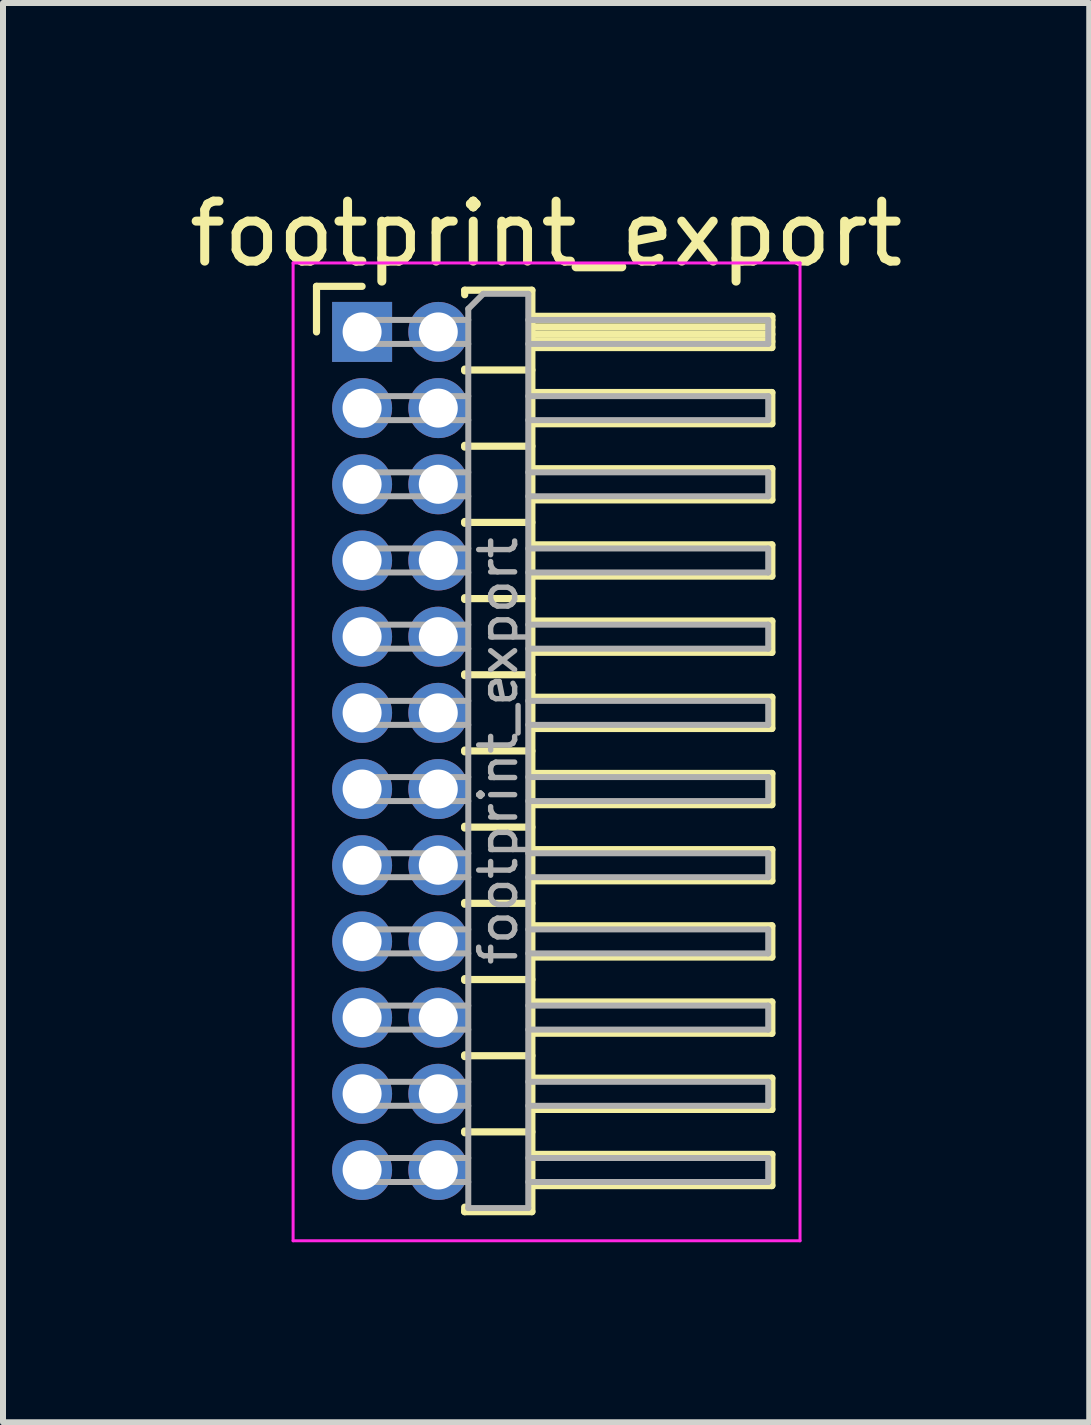
<source format=kicad_pcb>
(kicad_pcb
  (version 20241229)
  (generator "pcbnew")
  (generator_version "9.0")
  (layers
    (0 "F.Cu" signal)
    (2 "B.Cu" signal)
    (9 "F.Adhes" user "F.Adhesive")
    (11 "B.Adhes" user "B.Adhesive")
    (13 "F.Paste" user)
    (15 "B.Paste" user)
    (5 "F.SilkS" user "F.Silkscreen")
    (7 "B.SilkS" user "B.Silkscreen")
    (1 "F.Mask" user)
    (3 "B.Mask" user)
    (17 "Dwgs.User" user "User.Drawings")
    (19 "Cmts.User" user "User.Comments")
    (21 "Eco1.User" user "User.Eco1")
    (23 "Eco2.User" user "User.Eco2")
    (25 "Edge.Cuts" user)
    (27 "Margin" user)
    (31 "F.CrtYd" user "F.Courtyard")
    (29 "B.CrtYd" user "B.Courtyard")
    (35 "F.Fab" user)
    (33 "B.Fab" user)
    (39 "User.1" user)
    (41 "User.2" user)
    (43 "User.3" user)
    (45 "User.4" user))
  (footprint "footprint_export"
    (layer "F.Cu")
    (at 2.986 2.483)
    (property "Reference" "footprint_export" (at 3.067 -1.635 0) (layer "F.SilkS") (effects (font (size 1 1) (thickness 0.15))))
    (attr through_hole)
    (fp_line (start -0.76 -0.76) (end 0 -0.76) (stroke (width 0.12) (type solid)) (layer "F.SilkS"))
    (fp_line (start -0.76 0) (end -0.76 -0.76) (stroke (width 0.12) (type solid)) (layer "F.SilkS"))
    (fp_line (start 1.71 -0.695) (end 2.83 -0.695) (stroke (width 0.12) (type solid)) (layer "F.SilkS"))
    (fp_line (start 1.71 -0.62) (end 1.71 -0.695) (stroke (width 0.12) (type solid)) (layer "F.SilkS"))
    (fp_line (start 1.71 0.62) (end 1.71 0.65) (stroke (width 0.12) (type solid)) (layer "F.SilkS"))
    (fp_line (start 1.71 0.635) (end 2.83 0.635) (stroke (width 0.12) (type solid)) (layer "F.SilkS"))
    (fp_line (start 1.71 1.89) (end 1.71 1.92) (stroke (width 0.12) (type solid)) (layer "F.SilkS"))
    (fp_line (start 1.71 1.905) (end 2.83 1.905) (stroke (width 0.12) (type solid)) (layer "F.SilkS"))
    (fp_line (start 1.71 3.16) (end 1.71 3.19) (stroke (width 0.12) (type solid)) (layer "F.SilkS"))
    (fp_line (start 1.71 3.175) (end 2.83 3.175) (stroke (width 0.12) (type solid)) (layer "F.SilkS"))
    (fp_line (start 1.71 4.43) (end 1.71 4.46) (stroke (width 0.12) (type solid)) (layer "F.SilkS"))
    (fp_line (start 1.71 4.445) (end 2.83 4.445) (stroke (width 0.12) (type solid)) (layer "F.SilkS"))
    (fp_line (start 1.71 5.7) (end 1.71 5.73) (stroke (width 0.12) (type solid)) (layer "F.SilkS"))
    (fp_line (start 1.71 5.715) (end 2.83 5.715) (stroke (width 0.12) (type solid)) (layer "F.SilkS"))
    (fp_line (start 1.71 6.97) (end 1.71 7) (stroke (width 0.12) (type solid)) (layer "F.SilkS"))
    (fp_line (start 1.71 6.985) (end 2.83 6.985) (stroke (width 0.12) (type solid)) (layer "F.SilkS"))
    (fp_line (start 1.71 8.24) (end 1.71 8.27) (stroke (width 0.12) (type solid)) (layer "F.SilkS"))
    (fp_line (start 1.71 8.255) (end 2.83 8.255) (stroke (width 0.12) (type solid)) (layer "F.SilkS"))
    (fp_line (start 1.71 9.51) (end 1.71 9.54) (stroke (width 0.12) (type solid)) (layer "F.SilkS"))
    (fp_line (start 1.71 9.525) (end 2.83 9.525) (stroke (width 0.12) (type solid)) (layer "F.SilkS"))
    (fp_line (start 1.71 10.78) (end 1.71 10.81) (stroke (width 0.12) (type solid)) (layer "F.SilkS"))
    (fp_line (start 1.71 10.795) (end 2.83 10.795) (stroke (width 0.12) (type solid)) (layer "F.SilkS"))
    (fp_line (start 1.71 12.05) (end 1.71 12.08) (stroke (width 0.12) (type solid)) (layer "F.SilkS"))
    (fp_line (start 1.71 12.065) (end 2.83 12.065) (stroke (width 0.12) (type solid)) (layer "F.SilkS"))
    (fp_line (start 1.71 13.32) (end 1.71 13.35) (stroke (width 0.12) (type solid)) (layer "F.SilkS"))
    (fp_line (start 1.71 13.335) (end 2.83 13.335) (stroke (width 0.12) (type solid)) (layer "F.SilkS"))
    (fp_line (start 1.71 14.665) (end 1.71 14.59) (stroke (width 0.12) (type solid)) (layer "F.SilkS"))
    (fp_line (start 2.83 -0.695) (end 2.83 14.665) (stroke (width 0.12) (type solid)) (layer "F.SilkS"))
    (fp_line (start 2.83 -0.26) (end 6.83 -0.26) (stroke (width 0.12) (type solid)) (layer "F.SilkS"))
    (fp_line (start 2.83 -0.2) (end 6.83 -0.2) (stroke (width 0.12) (type solid)) (layer "F.SilkS"))
    (fp_line (start 2.83 -0.08) (end 6.83 -0.08) (stroke (width 0.12) (type solid)) (layer "F.SilkS"))
    (fp_line (start 2.83 0.04) (end 6.83 0.04) (stroke (width 0.12) (type solid)) (layer "F.SilkS"))
    (fp_line (start 2.83 0.16) (end 6.83 0.16) (stroke (width 0.12) (type solid)) (layer "F.SilkS"))
    (fp_line (start 2.83 1.01) (end 6.83 1.01) (stroke (width 0.12) (type solid)) (layer "F.SilkS"))
    (fp_line (start 2.83 2.28) (end 6.83 2.28) (stroke (width 0.12) (type solid)) (layer "F.SilkS"))
    (fp_line (start 2.83 3.55) (end 6.83 3.55) (stroke (width 0.12) (type solid)) (layer "F.SilkS"))
    (fp_line (start 2.83 4.82) (end 6.83 4.82) (stroke (width 0.12) (type solid)) (layer "F.SilkS"))
    (fp_line (start 2.83 6.09) (end 6.83 6.09) (stroke (width 0.12) (type solid)) (layer "F.SilkS"))
    (fp_line (start 2.83 7.36) (end 6.83 7.36) (stroke (width 0.12) (type solid)) (layer "F.SilkS"))
    (fp_line (start 2.83 8.63) (end 6.83 8.63) (stroke (width 0.12) (type solid)) (layer "F.SilkS"))
    (fp_line (start 2.83 9.9) (end 6.83 9.9) (stroke (width 0.12) (type solid)) (layer "F.SilkS"))
    (fp_line (start 2.83 11.17) (end 6.83 11.17) (stroke (width 0.12) (type solid)) (layer "F.SilkS"))
    (fp_line (start 2.83 12.44) (end 6.83 12.44) (stroke (width 0.12) (type solid)) (layer "F.SilkS"))
    (fp_line (start 2.83 13.71) (end 6.83 13.71) (stroke (width 0.12) (type solid)) (layer "F.SilkS"))
    (fp_line (start 2.83 14.665) (end 1.71 14.665) (stroke (width 0.12) (type solid)) (layer "F.SilkS"))
    (fp_line (start 6.83 -0.26) (end 6.83 0.26) (stroke (width 0.12) (type solid)) (layer "F.SilkS"))
    (fp_line (start 6.83 0.26) (end 2.83 0.26) (stroke (width 0.12) (type solid)) (layer "F.SilkS"))
    (fp_line (start 6.83 1.01) (end 6.83 1.53) (stroke (width 0.12) (type solid)) (layer "F.SilkS"))
    (fp_line (start 6.83 1.53) (end 2.83 1.53) (stroke (width 0.12) (type solid)) (layer "F.SilkS"))
    (fp_line (start 6.83 2.28) (end 6.83 2.8) (stroke (width 0.12) (type solid)) (layer "F.SilkS"))
    (fp_line (start 6.83 2.8) (end 2.83 2.8) (stroke (width 0.12) (type solid)) (layer "F.SilkS"))
    (fp_line (start 6.83 3.55) (end 6.83 4.07) (stroke (width 0.12) (type solid)) (layer "F.SilkS"))
    (fp_line (start 6.83 4.07) (end 2.83 4.07) (stroke (width 0.12) (type solid)) (layer "F.SilkS"))
    (fp_line (start 6.83 4.82) (end 6.83 5.34) (stroke (width 0.12) (type solid)) (layer "F.SilkS"))
    (fp_line (start 6.83 5.34) (end 2.83 5.34) (stroke (width 0.12) (type solid)) (layer "F.SilkS"))
    (fp_line (start 6.83 6.09) (end 6.83 6.61) (stroke (width 0.12) (type solid)) (layer "F.SilkS"))
    (fp_line (start 6.83 6.61) (end 2.83 6.61) (stroke (width 0.12) (type solid)) (layer "F.SilkS"))
    (fp_line (start 6.83 7.36) (end 6.83 7.88) (stroke (width 0.12) (type solid)) (layer "F.SilkS"))
    (fp_line (start 6.83 7.88) (end 2.83 7.88) (stroke (width 0.12) (type solid)) (layer "F.SilkS"))
    (fp_line (start 6.83 8.63) (end 6.83 9.15) (stroke (width 0.12) (type solid)) (layer "F.SilkS"))
    (fp_line (start 6.83 9.15) (end 2.83 9.15) (stroke (width 0.12) (type solid)) (layer "F.SilkS"))
    (fp_line (start 6.83 9.9) (end 6.83 10.42) (stroke (width 0.12) (type solid)) (layer "F.SilkS"))
    (fp_line (start 6.83 10.42) (end 2.83 10.42) (stroke (width 0.12) (type solid)) (layer "F.SilkS"))
    (fp_line (start 6.83 11.17) (end 6.83 11.69) (stroke (width 0.12) (type solid)) (layer "F.SilkS"))
    (fp_line (start 6.83 11.69) (end 2.83 11.69) (stroke (width 0.12) (type solid)) (layer "F.SilkS"))
    (fp_line (start 6.83 12.44) (end 6.83 12.96) (stroke (width 0.12) (type solid)) (layer "F.SilkS"))
    (fp_line (start 6.83 12.96) (end 2.83 12.96) (stroke (width 0.12) (type solid)) (layer "F.SilkS"))
    (fp_line (start 6.83 13.71) (end 6.83 14.23) (stroke (width 0.12) (type solid)) (layer "F.SilkS"))
    (fp_line (start 6.83 14.23) (end 2.83 14.23) (stroke (width 0.12) (type solid)) (layer "F.SilkS"))
    (fp_line (start -1.15 -1.15) (end -1.15 15.15) (stroke (width 0.05) (type solid)) (layer "F.CrtYd"))
    (fp_line (start -1.15 15.15) (end 7.3 15.15) (stroke (width 0.05) (type solid)) (layer "F.CrtYd"))
    (fp_line (start 7.3 -1.15) (end -1.15 -1.15) (stroke (width 0.05) (type solid)) (layer "F.CrtYd"))
    (fp_line (start 7.3 15.15) (end 7.3 -1.15) (stroke (width 0.05) (type solid)) (layer "F.CrtYd"))
    (fp_line (start -0.2 -0.2) (end -0.2 0.2) (stroke (width 0.1) (type solid)) (layer "F.Fab"))
    (fp_line (start -0.2 -0.2) (end 1.77 -0.2) (stroke (width 0.1) (type solid)) (layer "F.Fab"))
    (fp_line (start -0.2 0.2) (end 1.77 0.2) (stroke (width 0.1) (type solid)) (layer "F.Fab"))
    (fp_line (start -0.2 1.07) (end -0.2 1.47) (stroke (width 0.1) (type solid)) (layer "F.Fab"))
    (fp_line (start -0.2 1.07) (end 1.77 1.07) (stroke (width 0.1) (type solid)) (layer "F.Fab"))
    (fp_line (start -0.2 1.47) (end 1.77 1.47) (stroke (width 0.1) (type solid)) (layer "F.Fab"))
    (fp_line (start -0.2 2.34) (end -0.2 2.74) (stroke (width 0.1) (type solid)) (layer "F.Fab"))
    (fp_line (start -0.2 2.34) (end 1.77 2.34) (stroke (width 0.1) (type solid)) (layer "F.Fab"))
    (fp_line (start -0.2 2.74) (end 1.77 2.74) (stroke (width 0.1) (type solid)) (layer "F.Fab"))
    (fp_line (start -0.2 3.61) (end -0.2 4.01) (stroke (width 0.1) (type solid)) (layer "F.Fab"))
    (fp_line (start -0.2 3.61) (end 1.77 3.61) (stroke (width 0.1) (type solid)) (layer "F.Fab"))
    (fp_line (start -0.2 4.01) (end 1.77 4.01) (stroke (width 0.1) (type solid)) (layer "F.Fab"))
    (fp_line (start -0.2 4.88) (end -0.2 5.28) (stroke (width 0.1) (type solid)) (layer "F.Fab"))
    (fp_line (start -0.2 4.88) (end 1.77 4.88) (stroke (width 0.1) (type solid)) (layer "F.Fab"))
    (fp_line (start -0.2 5.28) (end 1.77 5.28) (stroke (width 0.1) (type solid)) (layer "F.Fab"))
    (fp_line (start -0.2 6.15) (end -0.2 6.55) (stroke (width 0.1) (type solid)) (layer "F.Fab"))
    (fp_line (start -0.2 6.15) (end 1.77 6.15) (stroke (width 0.1) (type solid)) (layer "F.Fab"))
    (fp_line (start -0.2 6.55) (end 1.77 6.55) (stroke (width 0.1) (type solid)) (layer "F.Fab"))
    (fp_line (start -0.2 7.42) (end -0.2 7.82) (stroke (width 0.1) (type solid)) (layer "F.Fab"))
    (fp_line (start -0.2 7.42) (end 1.77 7.42) (stroke (width 0.1) (type solid)) (layer "F.Fab"))
    (fp_line (start -0.2 7.82) (end 1.77 7.82) (stroke (width 0.1) (type solid)) (layer "F.Fab"))
    (fp_line (start -0.2 8.69) (end -0.2 9.09) (stroke (width 0.1) (type solid)) (layer "F.Fab"))
    (fp_line (start -0.2 8.69) (end 1.77 8.69) (stroke (width 0.1) (type solid)) (layer "F.Fab"))
    (fp_line (start -0.2 9.09) (end 1.77 9.09) (stroke (width 0.1) (type solid)) (layer "F.Fab"))
    (fp_line (start -0.2 9.96) (end -0.2 10.36) (stroke (width 0.1) (type solid)) (layer "F.Fab"))
    (fp_line (start -0.2 9.96) (end 1.77 9.96) (stroke (width 0.1) (type solid)) (layer "F.Fab"))
    (fp_line (start -0.2 10.36) (end 1.77 10.36) (stroke (width 0.1) (type solid)) (layer "F.Fab"))
    (fp_line (start -0.2 11.23) (end -0.2 11.63) (stroke (width 0.1) (type solid)) (layer "F.Fab"))
    (fp_line (start -0.2 11.23) (end 1.77 11.23) (stroke (width 0.1) (type solid)) (layer "F.Fab"))
    (fp_line (start -0.2 11.63) (end 1.77 11.63) (stroke (width 0.1) (type solid)) (layer "F.Fab"))
    (fp_line (start -0.2 12.5) (end -0.2 12.9) (stroke (width 0.1) (type solid)) (layer "F.Fab"))
    (fp_line (start -0.2 12.5) (end 1.77 12.5) (stroke (width 0.1) (type solid)) (layer "F.Fab"))
    (fp_line (start -0.2 12.9) (end 1.77 12.9) (stroke (width 0.1) (type solid)) (layer "F.Fab"))
    (fp_line (start -0.2 13.77) (end -0.2 14.17) (stroke (width 0.1) (type solid)) (layer "F.Fab"))
    (fp_line (start -0.2 13.77) (end 1.77 13.77) (stroke (width 0.1) (type solid)) (layer "F.Fab"))
    (fp_line (start -0.2 14.17) (end 1.77 14.17) (stroke (width 0.1) (type solid)) (layer "F.Fab"))
    (fp_line (start 1.77 -0.385) (end 2.02 -0.635) (stroke (width 0.1) (type solid)) (layer "F.Fab"))
    (fp_line (start 1.77 14.605) (end 1.77 -0.385) (stroke (width 0.1) (type solid)) (layer "F.Fab"))
    (fp_line (start 2.02 -0.635) (end 2.77 -0.635) (stroke (width 0.1) (type solid)) (layer "F.Fab"))
    (fp_line (start 2.77 -0.635) (end 2.77 14.605) (stroke (width 0.1) (type solid)) (layer "F.Fab"))
    (fp_line (start 2.77 -0.2) (end 6.77 -0.2) (stroke (width 0.1) (type solid)) (layer "F.Fab"))
    (fp_line (start 2.77 0.2) (end 6.77 0.2) (stroke (width 0.1) (type solid)) (layer "F.Fab"))
    (fp_line (start 2.77 1.07) (end 6.77 1.07) (stroke (width 0.1) (type solid)) (layer "F.Fab"))
    (fp_line (start 2.77 1.47) (end 6.77 1.47) (stroke (width 0.1) (type solid)) (layer "F.Fab"))
    (fp_line (start 2.77 2.34) (end 6.77 2.34) (stroke (width 0.1) (type solid)) (layer "F.Fab"))
    (fp_line (start 2.77 2.74) (end 6.77 2.74) (stroke (width 0.1) (type solid)) (layer "F.Fab"))
    (fp_line (start 2.77 3.61) (end 6.77 3.61) (stroke (width 0.1) (type solid)) (layer "F.Fab"))
    (fp_line (start 2.77 4.01) (end 6.77 4.01) (stroke (width 0.1) (type solid)) (layer "F.Fab"))
    (fp_line (start 2.77 4.88) (end 6.77 4.88) (stroke (width 0.1) (type solid)) (layer "F.Fab"))
    (fp_line (start 2.77 5.28) (end 6.77 5.28) (stroke (width 0.1) (type solid)) (layer "F.Fab"))
    (fp_line (start 2.77 6.15) (end 6.77 6.15) (stroke (width 0.1) (type solid)) (layer "F.Fab"))
    (fp_line (start 2.77 6.55) (end 6.77 6.55) (stroke (width 0.1) (type solid)) (layer "F.Fab"))
    (fp_line (start 2.77 7.42) (end 6.77 7.42) (stroke (width 0.1) (type solid)) (layer "F.Fab"))
    (fp_line (start 2.77 7.82) (end 6.77 7.82) (stroke (width 0.1) (type solid)) (layer "F.Fab"))
    (fp_line (start 2.77 8.69) (end 6.77 8.69) (stroke (width 0.1) (type solid)) (layer "F.Fab"))
    (fp_line (start 2.77 9.09) (end 6.77 9.09) (stroke (width 0.1) (type solid)) (layer "F.Fab"))
    (fp_line (start 2.77 9.96) (end 6.77 9.96) (stroke (width 0.1) (type solid)) (layer "F.Fab"))
    (fp_line (start 2.77 10.36) (end 6.77 10.36) (stroke (width 0.1) (type solid)) (layer "F.Fab"))
    (fp_line (start 2.77 11.23) (end 6.77 11.23) (stroke (width 0.1) (type solid)) (layer "F.Fab"))
    (fp_line (start 2.77 11.63) (end 6.77 11.63) (stroke (width 0.1) (type solid)) (layer "F.Fab"))
    (fp_line (start 2.77 12.5) (end 6.77 12.5) (stroke (width 0.1) (type solid)) (layer "F.Fab"))
    (fp_line (start 2.77 12.9) (end 6.77 12.9) (stroke (width 0.1) (type solid)) (layer "F.Fab"))
    (fp_line (start 2.77 13.77) (end 6.77 13.77) (stroke (width 0.1) (type solid)) (layer "F.Fab"))
    (fp_line (start 2.77 14.17) (end 6.77 14.17) (stroke (width 0.1) (type solid)) (layer "F.Fab"))
    (fp_line (start 2.77 14.605) (end 1.77 14.605) (stroke (width 0.1) (type solid)) (layer "F.Fab"))
    (fp_line (start 6.77 -0.2) (end 6.77 0.2) (stroke (width 0.1) (type solid)) (layer "F.Fab"))
    (fp_line (start 6.77 1.07) (end 6.77 1.47) (stroke (width 0.1) (type solid)) (layer "F.Fab"))
    (fp_line (start 6.77 2.34) (end 6.77 2.74) (stroke (width 0.1) (type solid)) (layer "F.Fab"))
    (fp_line (start 6.77 3.61) (end 6.77 4.01) (stroke (width 0.1) (type solid)) (layer "F.Fab"))
    (fp_line (start 6.77 4.88) (end 6.77 5.28) (stroke (width 0.1) (type solid)) (layer "F.Fab"))
    (fp_line (start 6.77 6.15) (end 6.77 6.55) (stroke (width 0.1) (type solid)) (layer "F.Fab"))
    (fp_line (start 6.77 7.42) (end 6.77 7.82) (stroke (width 0.1) (type solid)) (layer "F.Fab"))
    (fp_line (start 6.77 8.69) (end 6.77 9.09) (stroke (width 0.1) (type solid)) (layer "F.Fab"))
    (fp_line (start 6.77 9.96) (end 6.77 10.36) (stroke (width 0.1) (type solid)) (layer "F.Fab"))
    (fp_line (start 6.77 11.23) (end 6.77 11.63) (stroke (width 0.1) (type solid)) (layer "F.Fab"))
    (fp_line (start 6.77 12.5) (end 6.77 12.9) (stroke (width 0.1) (type solid)) (layer "F.Fab"))
    (fp_line (start 6.77 13.77) (end 6.77 14.17) (stroke (width 0.1) (type solid)) (layer "F.Fab"))
    (fp_text user "${REFERENCE}" (at 2.27 6.985 90) (layer "F.Fab") (effects (font (size 0.6 0.6) (thickness 0.09))))
    (pad "1" thru_hole rect (at 0 0) (size 1 1) (drill 0.65) (layers "*.Cu" "*.Mask"))
    (pad "2" thru_hole oval (at 1.27 0) (size 1 1) (drill 0.65) (layers "*.Cu" "*.Mask"))
    (pad "3" thru_hole oval (at 0 1.27) (size 1 1) (drill 0.65) (layers "*.Cu" "*.Mask"))
    (pad "4" thru_hole oval (at 1.27 1.27) (size 1 1) (drill 0.65) (layers "*.Cu" "*.Mask"))
    (pad "5" thru_hole oval (at 0 2.54) (size 1 1) (drill 0.65) (layers "*.Cu" "*.Mask"))
    (pad "6" thru_hole oval (at 1.27 2.54) (size 1 1) (drill 0.65) (layers "*.Cu" "*.Mask"))
    (pad "7" thru_hole oval (at 0 3.81) (size 1 1) (drill 0.65) (layers "*.Cu" "*.Mask"))
    (pad "8" thru_hole oval (at 1.27 3.81) (size 1 1) (drill 0.65) (layers "*.Cu" "*.Mask"))
    (pad "9" thru_hole oval (at 0 5.08) (size 1 1) (drill 0.65) (layers "*.Cu" "*.Mask"))
    (pad "10" thru_hole oval (at 1.27 5.08) (size 1 1) (drill 0.65) (layers "*.Cu" "*.Mask"))
    (pad "11" thru_hole oval (at 0 6.35) (size 1 1) (drill 0.65) (layers "*.Cu" "*.Mask"))
    (pad "12" thru_hole oval (at 1.27 6.35) (size 1 1) (drill 0.65) (layers "*.Cu" "*.Mask"))
    (pad "13" thru_hole oval (at 0 7.62) (size 1 1) (drill 0.65) (layers "*.Cu" "*.Mask"))
    (pad "14" thru_hole oval (at 1.27 7.62) (size 1 1) (drill 0.65) (layers "*.Cu" "*.Mask"))
    (pad "15" thru_hole oval (at 0 8.89) (size 1 1) (drill 0.65) (layers "*.Cu" "*.Mask"))
    (pad "16" thru_hole oval (at 1.27 8.89) (size 1 1) (drill 0.65) (layers "*.Cu" "*.Mask"))
    (pad "17" thru_hole oval (at 0 10.16) (size 1 1) (drill 0.65) (layers "*.Cu" "*.Mask"))
    (pad "18" thru_hole oval (at 1.27 10.16) (size 1 1) (drill 0.65) (layers "*.Cu" "*.Mask"))
    (pad "19" thru_hole oval (at 0 11.43) (size 1 1) (drill 0.65) (layers "*.Cu" "*.Mask"))
    (pad "20" thru_hole oval (at 1.27 11.43) (size 1 1) (drill 0.65) (layers "*.Cu" "*.Mask"))
    (pad "21" thru_hole oval (at 0 12.7) (size 1 1) (drill 0.65) (layers "*.Cu" "*.Mask"))
    (pad "22" thru_hole oval (at 1.27 12.7) (size 1 1) (drill 0.65) (layers "*.Cu" "*.Mask"))
    (pad "23" thru_hole oval (at 0 13.97) (size 1 1) (drill 0.65) (layers "*.Cu" "*.Mask"))
    (pad "24" thru_hole oval (at 1.27 13.97) (size 1 1) (drill 0.65) (layers "*.Cu" "*.Mask")))
  (gr_rect
    (start -3 -3)
    (end 15.107 20.658)
    (stroke (width 0.1) (type default))
    (fill no)
    (layer "Edge.Cuts")))
</source>
